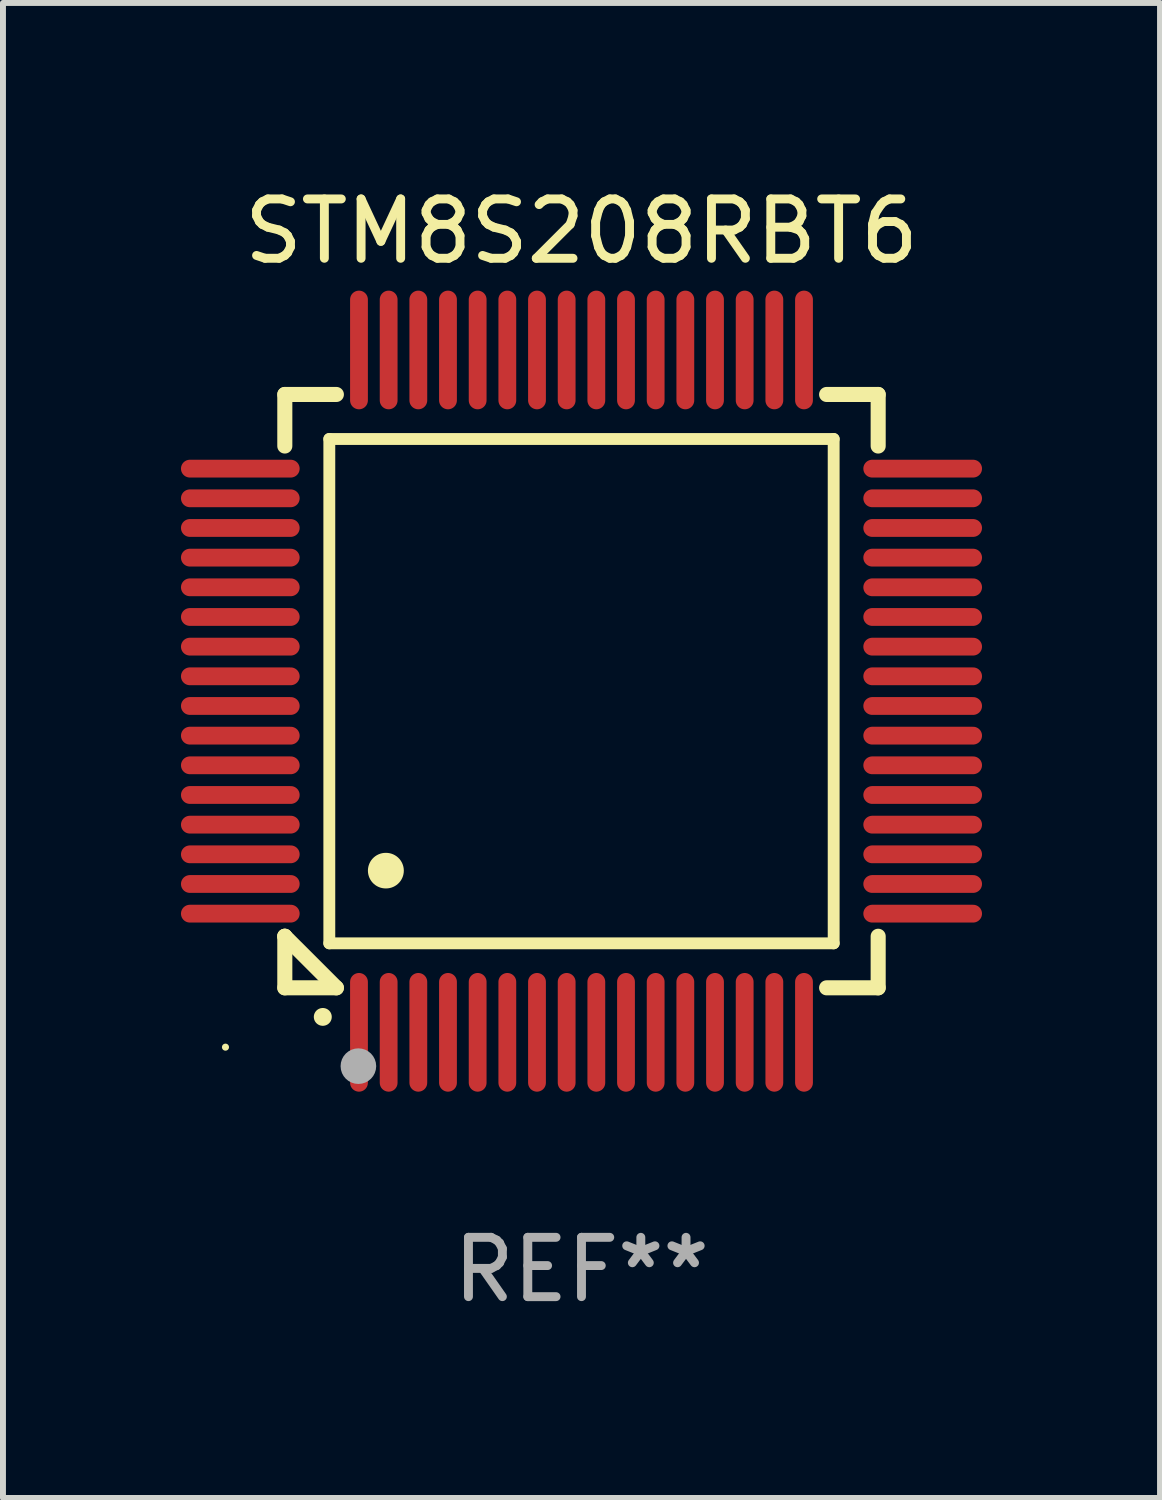
<source format=kicad_pcb>
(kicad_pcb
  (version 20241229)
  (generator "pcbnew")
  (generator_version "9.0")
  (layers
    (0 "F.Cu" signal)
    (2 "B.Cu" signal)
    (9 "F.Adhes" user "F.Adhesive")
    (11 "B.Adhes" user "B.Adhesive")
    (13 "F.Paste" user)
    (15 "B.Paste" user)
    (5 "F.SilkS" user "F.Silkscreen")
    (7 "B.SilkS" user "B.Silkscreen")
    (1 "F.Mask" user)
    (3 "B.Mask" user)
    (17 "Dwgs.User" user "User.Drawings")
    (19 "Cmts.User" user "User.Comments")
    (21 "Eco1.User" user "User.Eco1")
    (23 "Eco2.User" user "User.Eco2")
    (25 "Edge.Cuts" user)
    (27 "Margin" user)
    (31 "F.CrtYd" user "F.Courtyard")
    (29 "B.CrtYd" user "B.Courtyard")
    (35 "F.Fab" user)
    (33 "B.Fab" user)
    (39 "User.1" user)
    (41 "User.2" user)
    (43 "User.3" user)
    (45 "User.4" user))
  (footprint "STM8S208RBT6"
    (layer "F.Cu")
    (at 6.75 8.598)
    (property "Reference" "STM8S208RBT6" (at 0 -7.75 0) (layer "F.SilkS") (effects (font (size 1 1) (thickness 0.15))))
    (attr through_hole)
    (fp_line (start -5 -5) (end -4.131 -5) (stroke (width 0.254) (type solid)) (layer "F.SilkS"))
    (fp_line (start -5 -4.131) (end -5 -5) (stroke (width 0.254) (type solid)) (layer "F.SilkS"))
    (fp_line (start -5 4.131) (end -5 4.131) (stroke (width 0.254) (type solid)) (layer "F.SilkS"))
    (fp_line (start -5 5) (end -5 4.131) (stroke (width 0.254) (type solid)) (layer "F.SilkS"))
    (fp_line (start -5 4.131) (end -4.131 5) (stroke (width 0.254) (type solid)) (layer "F.SilkS"))
    (fp_line (start -4.25 -4.25) (end -4.25 4.25) (stroke (width 0.2) (type solid)) (layer "F.SilkS"))
    (fp_line (start -4.25 4.25) (end 4.25 4.25) (stroke (width 0.2) (type solid)) (layer "F.SilkS"))
    (fp_line (start -4.131 5) (end -5 5) (stroke (width 0.254) (type solid)) (layer "F.SilkS"))
    (fp_line (start 4.25 -4.25) (end -4.25 -4.25) (stroke (width 0.2) (type solid)) (layer "F.SilkS"))
    (fp_line (start 4.25 4.25) (end 4.25 -4.25) (stroke (width 0.2) (type solid)) (layer "F.SilkS"))
    (fp_line (start 5 -5) (end 4.131 -5) (stroke (width 0.254) (type solid)) (layer "F.SilkS"))
    (fp_line (start 5 -5) (end 5 -4.131) (stroke (width 0.254) (type solid)) (layer "F.SilkS"))
    (fp_line (start 5 4.131) (end 5 5) (stroke (width 0.254) (type solid)) (layer "F.SilkS"))
    (fp_line (start 5 5) (end 4.131 5) (stroke (width 0.254) (type solid)) (layer "F.SilkS"))
    (fp_arc (start -4.361265 5.489992) (mid -4.359995 5.489987) (end -4.358725 5.489992) (stroke (width 0.3) (type solid)) (layer "F.SilkS"))
    (fp_arc (start -3.299467 3.025146) (mid -3.296927 3.025135) (end -3.294387 3.025146) (stroke (width 0.6) (type solid)) (layer "F.SilkS"))
    (fp_circle (center -6 6) (end -5.97 6) (stroke (width 0.06) (type solid)) (fill no) (layer "F.SilkS"))
    (fp_circle (center -3.76 6.32) (end -3.61 6.32) (stroke (width 0.3) (type solid)) (fill no) (layer "F.Fab"))
    (fp_text user "REF**" (at 0 9.75 0) (layer "F.Fab") (effects (font (size 1 1) (thickness 0.15))))
    (pad "1" smd oval (at -3.75 5.75) (size 0.3 2) (layers "F.Cu" "F.Mask" "F.Paste"))
    (pad "2" smd oval (at -3.25 5.75) (size 0.3 2) (layers "F.Cu" "F.Mask" "F.Paste"))
    (pad "3" smd oval (at -2.75 5.75) (size 0.3 2) (layers "F.Cu" "F.Mask" "F.Paste"))
    (pad "4" smd oval (at -2.25 5.75) (size 0.3 2) (layers "F.Cu" "F.Mask" "F.Paste"))
    (pad "5" smd oval (at -1.75 5.75) (size 0.3 2) (layers "F.Cu" "F.Mask" "F.Paste"))
    (pad "6" smd oval (at -1.25 5.75) (size 0.3 2) (layers "F.Cu" "F.Mask" "F.Paste"))
    (pad "7" smd oval (at -0.75 5.75) (size 0.3 2) (layers "F.Cu" "F.Mask" "F.Paste"))
    (pad "8" smd oval (at -0.25 5.75) (size 0.3 2) (layers "F.Cu" "F.Mask" "F.Paste"))
    (pad "9" smd oval (at 0.25 5.75) (size 0.3 2) (layers "F.Cu" "F.Mask" "F.Paste"))
    (pad "10" smd oval (at 0.75 5.75) (size 0.3 2) (layers "F.Cu" "F.Mask" "F.Paste"))
    (pad "11" smd oval (at 1.25 5.75) (size 0.3 2) (layers "F.Cu" "F.Mask" "F.Paste"))
    (pad "12" smd oval (at 1.75 5.75) (size 0.3 2) (layers "F.Cu" "F.Mask" "F.Paste"))
    (pad "13" smd oval (at 2.25 5.75) (size 0.3 2) (layers "F.Cu" "F.Mask" "F.Paste"))
    (pad "14" smd oval (at 2.75 5.75) (size 0.3 2) (layers "F.Cu" "F.Mask" "F.Paste"))
    (pad "15" smd oval (at 3.25 5.75) (size 0.3 2) (layers "F.Cu" "F.Mask" "F.Paste"))
    (pad "16" smd oval (at 3.75 5.75) (size 0.3 2) (layers "F.Cu" "F.Mask" "F.Paste"))
    (pad "17" smd oval (at 5.75 3.75) (size 2 0.3) (layers "F.Cu" "F.Mask" "F.Paste"))
    (pad "18" smd oval (at 5.75 3.25) (size 2 0.3) (layers "F.Cu" "F.Mask" "F.Paste"))
    (pad "19" smd oval (at 5.75 2.75) (size 2 0.3) (layers "F.Cu" "F.Mask" "F.Paste"))
    (pad "20" smd oval (at 5.75 2.25) (size 2 0.3) (layers "F.Cu" "F.Mask" "F.Paste"))
    (pad "21" smd oval (at 5.75 1.75) (size 2 0.3) (layers "F.Cu" "F.Mask" "F.Paste"))
    (pad "22" smd oval (at 5.75 1.25) (size 2 0.3) (layers "F.Cu" "F.Mask" "F.Paste"))
    (pad "23" smd oval (at 5.75 0.75) (size 2 0.3) (layers "F.Cu" "F.Mask" "F.Paste"))
    (pad "24" smd oval (at 5.75 0.25) (size 2 0.3) (layers "F.Cu" "F.Mask" "F.Paste"))
    (pad "25" smd oval (at 5.75 -0.25) (size 2 0.3) (layers "F.Cu" "F.Mask" "F.Paste"))
    (pad "26" smd oval (at 5.75 -0.75) (size 2 0.3) (layers "F.Cu" "F.Mask" "F.Paste"))
    (pad "27" smd oval (at 5.75 -1.25) (size 2 0.3) (layers "F.Cu" "F.Mask" "F.Paste"))
    (pad "28" smd oval (at 5.75 -1.75) (size 2 0.3) (layers "F.Cu" "F.Mask" "F.Paste"))
    (pad "29" smd oval (at 5.75 -2.25) (size 2 0.3) (layers "F.Cu" "F.Mask" "F.Paste"))
    (pad "30" smd oval (at 5.75 -2.75) (size 2 0.3) (layers "F.Cu" "F.Mask" "F.Paste"))
    (pad "31" smd oval (at 5.75 -3.25) (size 2 0.3) (layers "F.Cu" "F.Mask" "F.Paste"))
    (pad "32" smd oval (at 5.75 -3.75) (size 2 0.3) (layers "F.Cu" "F.Mask" "F.Paste"))
    (pad "33" smd oval (at 3.75 -5.75) (size 0.3 2) (layers "F.Cu" "F.Mask" "F.Paste"))
    (pad "34" smd oval (at 3.25 -5.75) (size 0.3 2) (layers "F.Cu" "F.Mask" "F.Paste"))
    (pad "35" smd oval (at 2.75 -5.75) (size 0.3 2) (layers "F.Cu" "F.Mask" "F.Paste"))
    (pad "36" smd oval (at 2.25 -5.75) (size 0.3 2) (layers "F.Cu" "F.Mask" "F.Paste"))
    (pad "37" smd oval (at 1.75 -5.75) (size 0.3 2) (layers "F.Cu" "F.Mask" "F.Paste"))
    (pad "38" smd oval (at 1.25 -5.75) (size 0.3 2) (layers "F.Cu" "F.Mask" "F.Paste"))
    (pad "39" smd oval (at 0.75 -5.75) (size 0.3 2) (layers "F.Cu" "F.Mask" "F.Paste"))
    (pad "40" smd oval (at 0.25 -5.75) (size 0.3 2) (layers "F.Cu" "F.Mask" "F.Paste"))
    (pad "41" smd oval (at -0.25 -5.75) (size 0.3 2) (layers "F.Cu" "F.Mask" "F.Paste"))
    (pad "42" smd oval (at -0.75 -5.75) (size 0.3 2) (layers "F.Cu" "F.Mask" "F.Paste"))
    (pad "43" smd oval (at -1.25 -5.75) (size 0.3 2) (layers "F.Cu" "F.Mask" "F.Paste"))
    (pad "44" smd oval (at -1.75 -5.75) (size 0.3 2) (layers "F.Cu" "F.Mask" "F.Paste"))
    (pad "45" smd oval (at -2.25 -5.75) (size 0.3 2) (layers "F.Cu" "F.Mask" "F.Paste"))
    (pad "46" smd oval (at -2.75 -5.75) (size 0.3 2) (layers "F.Cu" "F.Mask" "F.Paste"))
    (pad "47" smd oval (at -3.25 -5.75) (size 0.3 2) (layers "F.Cu" "F.Mask" "F.Paste"))
    (pad "48" smd oval (at -3.75 -5.75) (size 0.3 2) (layers "F.Cu" "F.Mask" "F.Paste"))
    (pad "49" smd oval (at -5.75 -3.75) (size 2 0.3) (layers "F.Cu" "F.Mask" "F.Paste"))
    (pad "50" smd oval (at -5.75 -3.25) (size 2 0.3) (layers "F.Cu" "F.Mask" "F.Paste"))
    (pad "51" smd oval (at -5.75 -2.75) (size 2 0.3) (layers "F.Cu" "F.Mask" "F.Paste"))
    (pad "52" smd oval (at -5.75 -2.25) (size 2 0.3) (layers "F.Cu" "F.Mask" "F.Paste"))
    (pad "53" smd oval (at -5.75 -1.75) (size 2 0.3) (layers "F.Cu" "F.Mask" "F.Paste"))
    (pad "54" smd oval (at -5.75 -1.25) (size 2 0.3) (layers "F.Cu" "F.Mask" "F.Paste"))
    (pad "55" smd oval (at -5.75 -0.75) (size 2 0.3) (layers "F.Cu" "F.Mask" "F.Paste"))
    (pad "56" smd oval (at -5.75 -0.25) (size 2 0.3) (layers "F.Cu" "F.Mask" "F.Paste"))
    (pad "57" smd oval (at -5.75 0.25) (size 2 0.3) (layers "F.Cu" "F.Mask" "F.Paste"))
    (pad "58" smd oval (at -5.75 0.75) (size 2 0.3) (layers "F.Cu" "F.Mask" "F.Paste"))
    (pad "59" smd oval (at -5.75 1.25) (size 2 0.3) (layers "F.Cu" "F.Mask" "F.Paste"))
    (pad "60" smd oval (at -5.75 1.75) (size 2 0.3) (layers "F.Cu" "F.Mask" "F.Paste"))
    (pad "61" smd oval (at -5.75 2.25) (size 2 0.3) (layers "F.Cu" "F.Mask" "F.Paste"))
    (pad "62" smd oval (at -5.75 2.75) (size 2 0.3) (layers "F.Cu" "F.Mask" "F.Paste"))
    (pad "63" smd oval (at -5.75 3.25) (size 2 0.3) (layers "F.Cu" "F.Mask" "F.Paste"))
    (pad "64" smd oval (at -5.75 3.75) (size 2 0.3) (layers "F.Cu" "F.Mask" "F.Paste")))
  (gr_rect
    (start -3 -3)
    (end 16.5 22.196)
    (stroke (width 0.1) (type default))
    (fill no)
    (layer "Edge.Cuts")))
</source>
